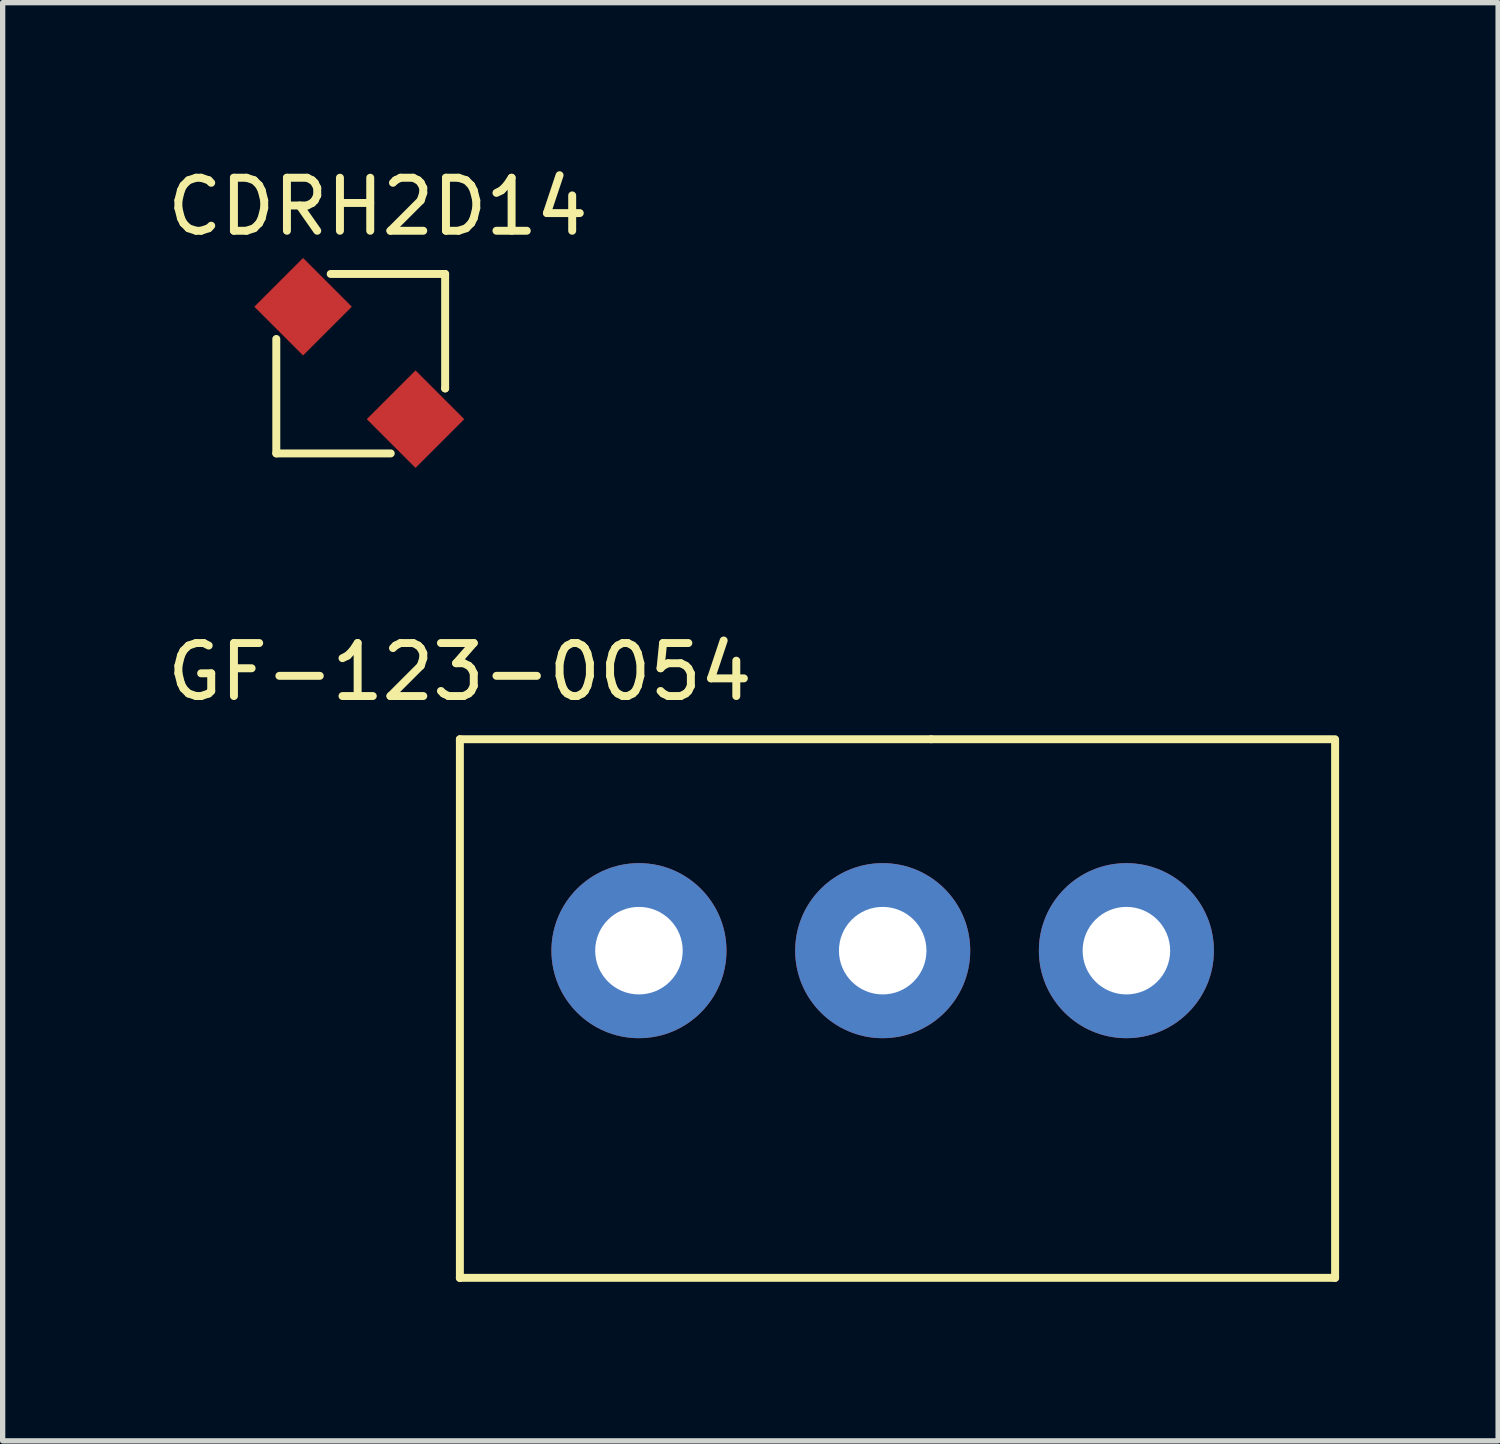
<source format=kicad_pcb>
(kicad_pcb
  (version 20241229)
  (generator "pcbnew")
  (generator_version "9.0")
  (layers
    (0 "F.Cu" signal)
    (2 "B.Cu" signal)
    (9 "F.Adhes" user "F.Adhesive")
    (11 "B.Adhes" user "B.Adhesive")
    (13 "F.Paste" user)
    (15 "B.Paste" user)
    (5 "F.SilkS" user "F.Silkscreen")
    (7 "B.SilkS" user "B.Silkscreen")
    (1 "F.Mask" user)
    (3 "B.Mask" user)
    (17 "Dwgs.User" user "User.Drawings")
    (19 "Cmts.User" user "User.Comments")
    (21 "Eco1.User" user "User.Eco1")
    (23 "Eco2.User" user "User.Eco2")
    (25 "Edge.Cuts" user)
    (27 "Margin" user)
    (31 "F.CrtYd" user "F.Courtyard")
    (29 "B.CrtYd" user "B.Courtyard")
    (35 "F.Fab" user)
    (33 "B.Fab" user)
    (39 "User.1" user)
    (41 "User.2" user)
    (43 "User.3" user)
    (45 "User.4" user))
  (footprint "CDRH2D14"
    (layer "F.Cu")
    (at 2.807 2.753)
    (property "Reference" "CDRH2D14" (at 1.27 -1.905 0) (layer "F.SilkS") (effects (font (size 1 1) (thickness 0.15))))
    (attr through_hole)
    (fp_line (start -0.645 2.75) (end -0.645 0.591) (stroke (width 0.15) (type solid)) (layer "F.SilkS"))
    (fp_line (start 0.381 -0.635) (end 2.54 -0.635) (stroke (width 0.15) (type solid)) (layer "F.SilkS"))
    (fp_line (start 1.514 2.75) (end -0.645 2.75) (stroke (width 0.15) (type solid)) (layer "F.SilkS"))
    (fp_line (start 2.54 -0.635) (end 2.54 1.524) (stroke (width 0.15) (type solid)) (layer "F.SilkS"))
    (fp_line (start 2.54 1.524) (end 2.54 1.524) (stroke (width 0.15) (type solid)) (layer "F.SilkS"))
    (pad "1" smd rect (at -0.14 -0.017 315) (size 1.3 1.3) (layers "F.Cu" "F.Mask" "F.Paste"))
    (pad "2" smd rect (at 1.981 2.104 315) (size 1.3 1.3) (layers "F.Cu" "F.Mask" "F.Paste")))
  (footprint "GF-123-0054"
    (layer "F.Cu")
    (at 5.625 10.895)
    (property "Reference" "GF-123-0054" (at 0 -1.27 0) (layer "F.SilkS") (effects (font (size 1 1) (thickness 0.15))))
    (attr through_hole)
    (fp_line (start 0 0) (end 0 10.16) (stroke (width 0.15) (type solid)) (layer "F.SilkS"))
    (fp_line (start 0 0) (end 16.459 0) (stroke (width 0.15) (type solid)) (layer "F.SilkS"))
    (fp_line (start 0 10.16) (end 0 10.16) (stroke (width 0.15) (type solid)) (layer "F.SilkS"))
    (fp_line (start 0 10.16) (end 16.459 10.16) (stroke (width 0.15) (type solid)) (layer "F.SilkS"))
    (fp_line (start 8.89 0) (end 8.89 0) (stroke (width 0.15) (type solid)) (layer "F.SilkS"))
    (fp_line (start 16.51 0) (end 16.51 10.16) (stroke (width 0.15) (type solid)) (layer "F.SilkS"))
    (fp_line (start 16.51 10.16) (end 16.51 10.16) (stroke (width 0.15) (type solid)) (layer "F.SilkS"))
    (pad "1" thru_hole circle (at 3.378 3.988) (size 3.302 3.302) (drill 1.651) (layers "*.Cu" "*.Mask"))
    (pad "1" thru_hole circle (at 12.573 3.988) (size 3.302 3.302) (drill 1.651) (layers "*.Cu" "*.Mask"))
    (pad "2" thru_hole circle (at 7.976 3.988) (size 3.302 3.302) (drill 1.651) (layers "*.Cu" "*.Mask")))
  (gr_rect
    (start -3 -3)
    (end 25.21 24.13)
    (stroke (width 0.1) (type default))
    (fill no)
    (layer "Edge.Cuts")))
</source>
